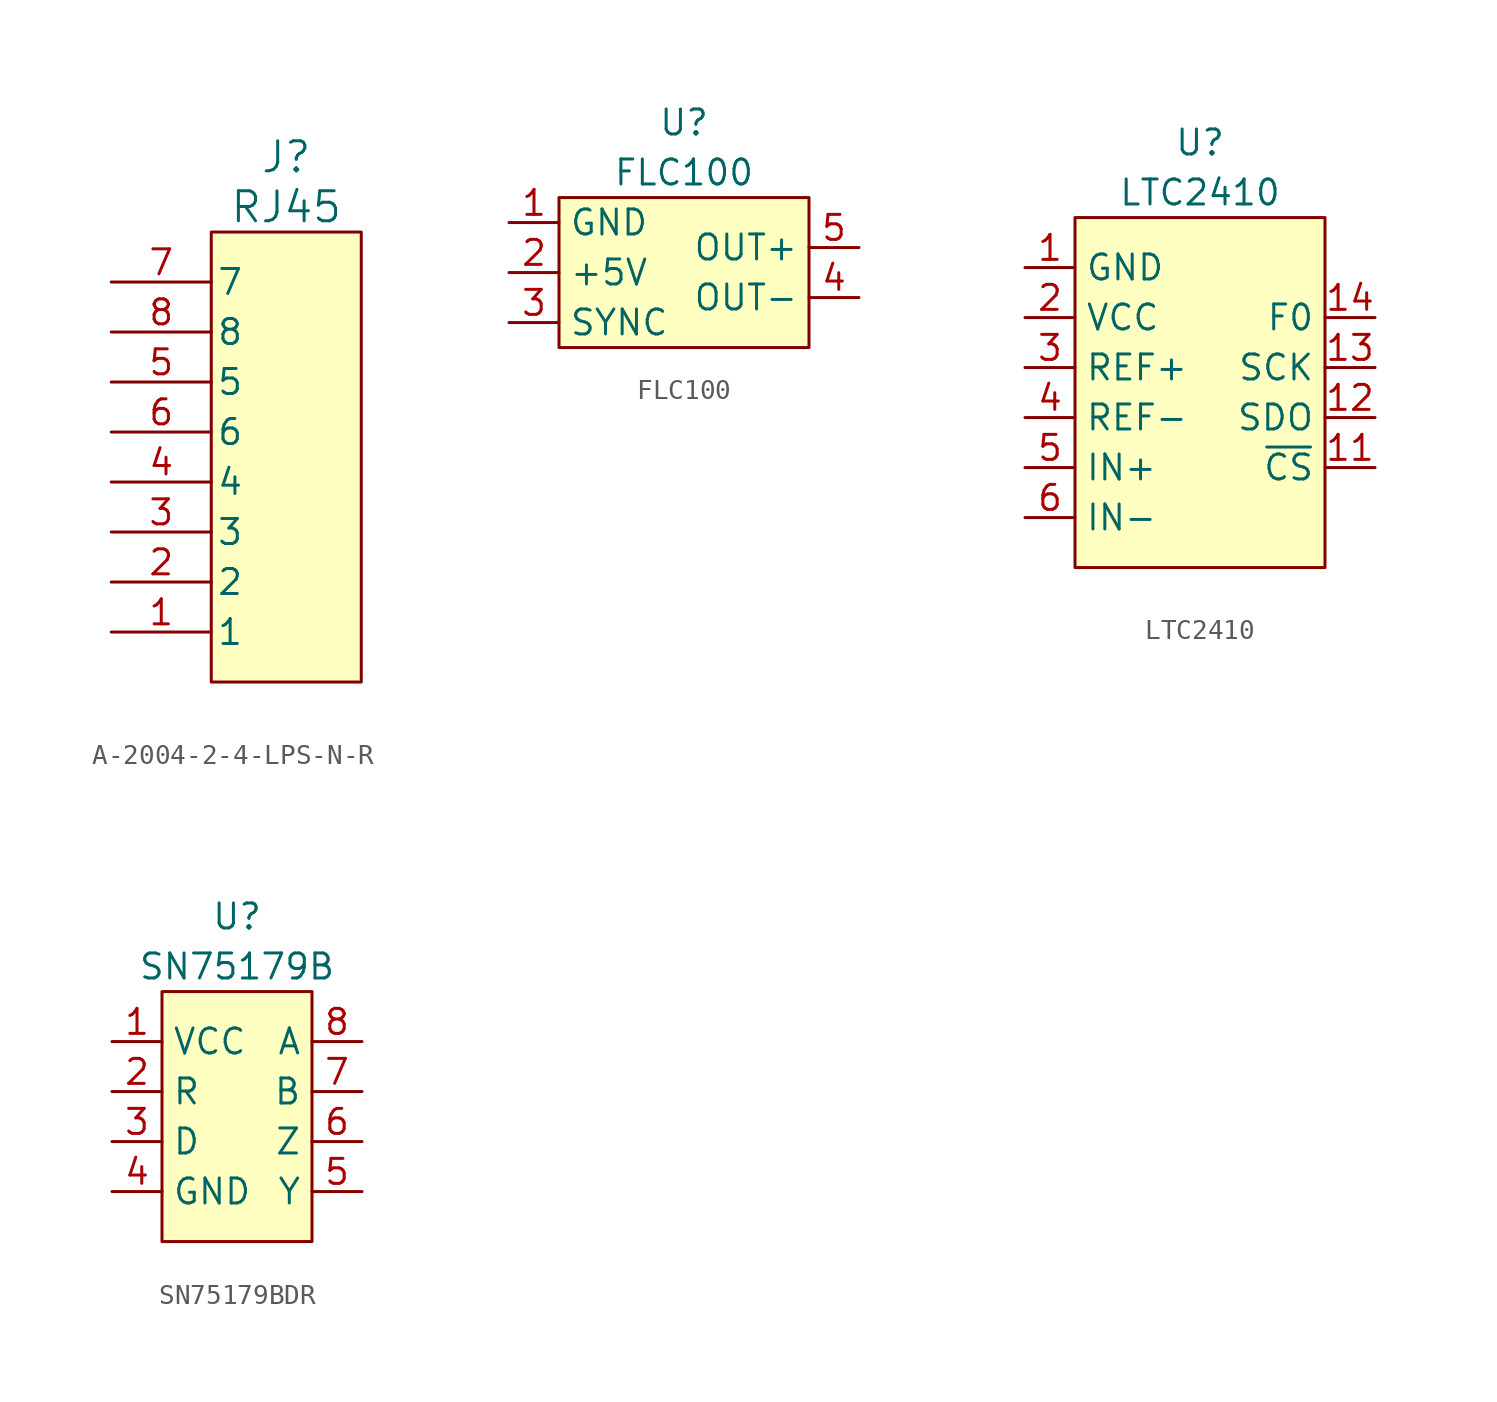
<source format=kicad_sym>
(kicad_symbol_lib
  (version 20220914)
  (generator kicad_symbol_editor)
  (symbol "A-2004-2-4-LPS-N-R"
    (pin_names
      (offset 0.254))
    (property "Reference" "J"
      (at 0 15.24 0)
      (effects (font (size 1.524 1.524))))
    (property "Value" "RJ45"
      (at 0 12.7 0)
      (effects (font (size 1.524 1.524))))
    (symbol "A-2004-2-4-LPS-N-R_0_1"
      (pin unspecified line (at -8.89 -8.89 0) (length 5.08) (name "1" (effects (font (size 1.27 1.27)))) (number "1" (effects (font (size 1.27 1.27)))))
      (pin unspecified line (at -8.89 -6.35 0) (length 5.08) (name "2" (effects (font (size 1.27 1.27)))) (number "2" (effects (font (size 1.27 1.27)))))
      (pin unspecified line (at -8.89 -3.81 0) (length 5.08) (name "3" (effects (font (size 1.27 1.27)))) (number "3" (effects (font (size 1.27 1.27)))))
      (pin unspecified line (at -8.89 -1.27 0) (length 5.08) (name "4" (effects (font (size 1.27 1.27)))) (number "4" (effects (font (size 1.27 1.27)))))
      (pin unspecified line (at -8.89 3.81 0) (length 5.08) (name "5" (effects (font (size 1.27 1.27)))) (number "5" (effects (font (size 1.27 1.27)))))
      (pin unspecified line (at -8.89 1.27 0) (length 5.08) (name "6" (effects (font (size 1.27 1.27)))) (number "6" (effects (font (size 1.27 1.27)))))
      (pin unspecified line (at -8.89 8.89 0) (length 5.08) (name "7" (effects (font (size 1.27 1.27)))) (number "7" (effects (font (size 1.27 1.27)))))
      (pin unspecified line (at -8.89 6.35 0) (length 5.08) (name "8" (effects (font (size 1.27 1.27)))) (number "8" (effects (font (size 1.27 1.27))))))
    (symbol "A-2004-2-4-LPS-N-R_1_1"
      (rectangle (start -3.81 11.43) (end 3.81 -11.43) (stroke (width 0) (type default)) (fill (type background)))))
  (symbol "FLC100"
    (property "Reference" "U"
      (at 0 7.62 0)
      (effects (font (size 1.27 1.27))))
    (property "Value" "FLC100"
      (at 0 5.08 0)
      (effects (font (size 1.27 1.27))))
    (symbol "FLC100_1_1"
      (rectangle (start -6.35 3.81) (end 6.35 -3.81) (stroke (width 0) (type default)) (fill (type background)))
      (pin power_in line (at -8.89 2.54 0) (length 2.54) (name "GND" (effects (font (size 1.27 1.27)))) (number "1" (effects (font (size 1.27 1.27)))))
      (pin power_in line (at -8.89 0 0) (length 2.54) (name "+5V" (effects (font (size 1.27 1.27)))) (number "2" (effects (font (size 1.27 1.27)))))
      (pin bidirectional line (at -8.89 -2.54 0) (length 2.54) (name "SYNC" (effects (font (size 1.27 1.27)))) (number "3" (effects (font (size 1.27 1.27)))))
      (pin output line (at 8.89 -1.27 180) (length 2.54) (name "OUT-" (effects (font (size 1.27 1.27)))) (number "4" (effects (font (size 1.27 1.27)))))
      (pin output line (at 8.89 1.27 180) (length 2.54) (name "OUT+" (effects (font (size 1.27 1.27)))) (number "5" (effects (font (size 1.27 1.27)))))))
  (symbol "LTC2410"
    (property "Reference" "U"
      (at 0 15.24 0)
      (effects (font (size 1.27 1.27))))
    (property "Value" "LTC2410"
      (at 0 12.7 0)
      (effects (font (size 1.27 1.27))))
    (symbol "LTC2410_1_1"
      (rectangle (start -6.35 11.43) (end 6.35 -6.35) (stroke (width 0) (type default)) (fill (type background)))
      (pin power_in line (at -8.89 8.89 0) (length 2.54) (name "GND" (effects (font (size 1.27 1.27)))) (number "1" (effects (font (size 1.27 1.27)))))
      (pin power_in line (at -8.89 8.89 0) (length 2.54) hide (name "GND" (effects (font (size 1.27 1.27)))) (number "10" (effects (font (size 1.27 1.27)))))
      (pin input line (at 8.89 -1.27 180) (length 2.54) (name "~{CS}" (effects (font (size 1.27 1.27)))) (number "11" (effects (font (size 1.27 1.27)))))
      (pin output line (at 8.89 1.27 180) (length 2.54) (name "SDO" (effects (font (size 1.27 1.27)))) (number "12" (effects (font (size 1.27 1.27)))))
      (pin input line (at 8.89 3.81 180) (length 2.54) (name "SCK" (effects (font (size 1.27 1.27)))) (number "13" (effects (font (size 1.27 1.27)))))
      (pin input line (at 8.89 6.35 180) (length 2.54) (name "F0" (effects (font (size 1.27 1.27)))) (number "14" (effects (font (size 1.27 1.27)))))
      (pin power_in line (at -8.89 8.89 0) (length 2.54) hide (name "GND" (effects (font (size 1.27 1.27)))) (number "15" (effects (font (size 1.27 1.27)))))
      (pin power_in line (at -8.89 8.89 0) (length 2.54) hide (name "GND" (effects (font (size 1.27 1.27)))) (number "16" (effects (font (size 1.27 1.27)))))
      (pin power_in line (at -8.89 6.35 0) (length 2.54) (name "VCC" (effects (font (size 1.27 1.27)))) (number "2" (effects (font (size 1.27 1.27)))))
      (pin input line (at -8.89 3.81 0) (length 2.54) (name "REF+" (effects (font (size 1.27 1.27)))) (number "3" (effects (font (size 1.27 1.27)))))
      (pin input line (at -8.89 1.27 0) (length 2.54) (name "REF-" (effects (font (size 1.27 1.27)))) (number "4" (effects (font (size 1.27 1.27)))))
      (pin input line (at -8.89 -1.27 0) (length 2.54) (name "IN+" (effects (font (size 1.27 1.27)))) (number "5" (effects (font (size 1.27 1.27)))))
      (pin input line (at -8.89 -3.81 0) (length 2.54) (name "IN-" (effects (font (size 1.27 1.27)))) (number "6" (effects (font (size 1.27 1.27)))))
      (pin power_in line (at -8.89 8.89 0) (length 2.54) hide (name "GND" (effects (font (size 1.27 1.27)))) (number "7" (effects (font (size 1.27 1.27)))))
      (pin power_in line (at -8.89 8.89 0) (length 2.54) hide (name "GND" (effects (font (size 1.27 1.27)))) (number "8" (effects (font (size 1.27 1.27)))))
      (pin power_in line (at -8.89 8.89 0) (length 2.54) hide (name "GND" (effects (font (size 1.27 1.27)))) (number "9" (effects (font (size 1.27 1.27)))))))
  (symbol "SN75179BDR"
    (property "Reference" "U"
      (at 0 10.16 0)
      (effects (font (size 1.27 1.27))))
    (property "Value" "SN75179B"
      (at 0 7.62 0)
      (effects (font (size 1.27 1.27))))
    (symbol "SN75179BDR_1_1"
      (rectangle (start -3.81 6.35) (end 3.81 -6.35) (stroke (width 0) (type default)) (fill (type background)))
      (pin power_in line (at -6.35 3.81 0) (length 2.54) (name "VCC" (effects (font (size 1.27 1.27)))) (number "1" (effects (font (size 1.27 1.27)))))
      (pin output line (at -6.35 1.27 0) (length 2.54) (name "R" (effects (font (size 1.27 1.27)))) (number "2" (effects (font (size 1.27 1.27)))))
      (pin input line (at -6.35 -1.27 0) (length 2.54) (name "D" (effects (font (size 1.27 1.27)))) (number "3" (effects (font (size 1.27 1.27)))))
      (pin power_in line (at -6.35 -3.81 0) (length 2.54) (name "GND" (effects (font (size 1.27 1.27)))) (number "4" (effects (font (size 1.27 1.27)))))
      (pin output line (at 6.35 -3.81 180) (length 2.54) (name "Y" (effects (font (size 1.27 1.27)))) (number "5" (effects (font (size 1.27 1.27)))))
      (pin output line (at 6.35 -1.27 180) (length 2.54) (name "Z" (effects (font (size 1.27 1.27)))) (number "6" (effects (font (size 1.27 1.27)))))
      (pin input line (at 6.35 1.27 180) (length 2.54) (name "B" (effects (font (size 1.27 1.27)))) (number "7" (effects (font (size 1.27 1.27)))))
      (pin input line (at 6.35 3.81 180) (length 2.54) (name "A" (effects (font (size 1.27 1.27)))) (number "8" (effects (font (size 1.27 1.27))))))))
</source>
